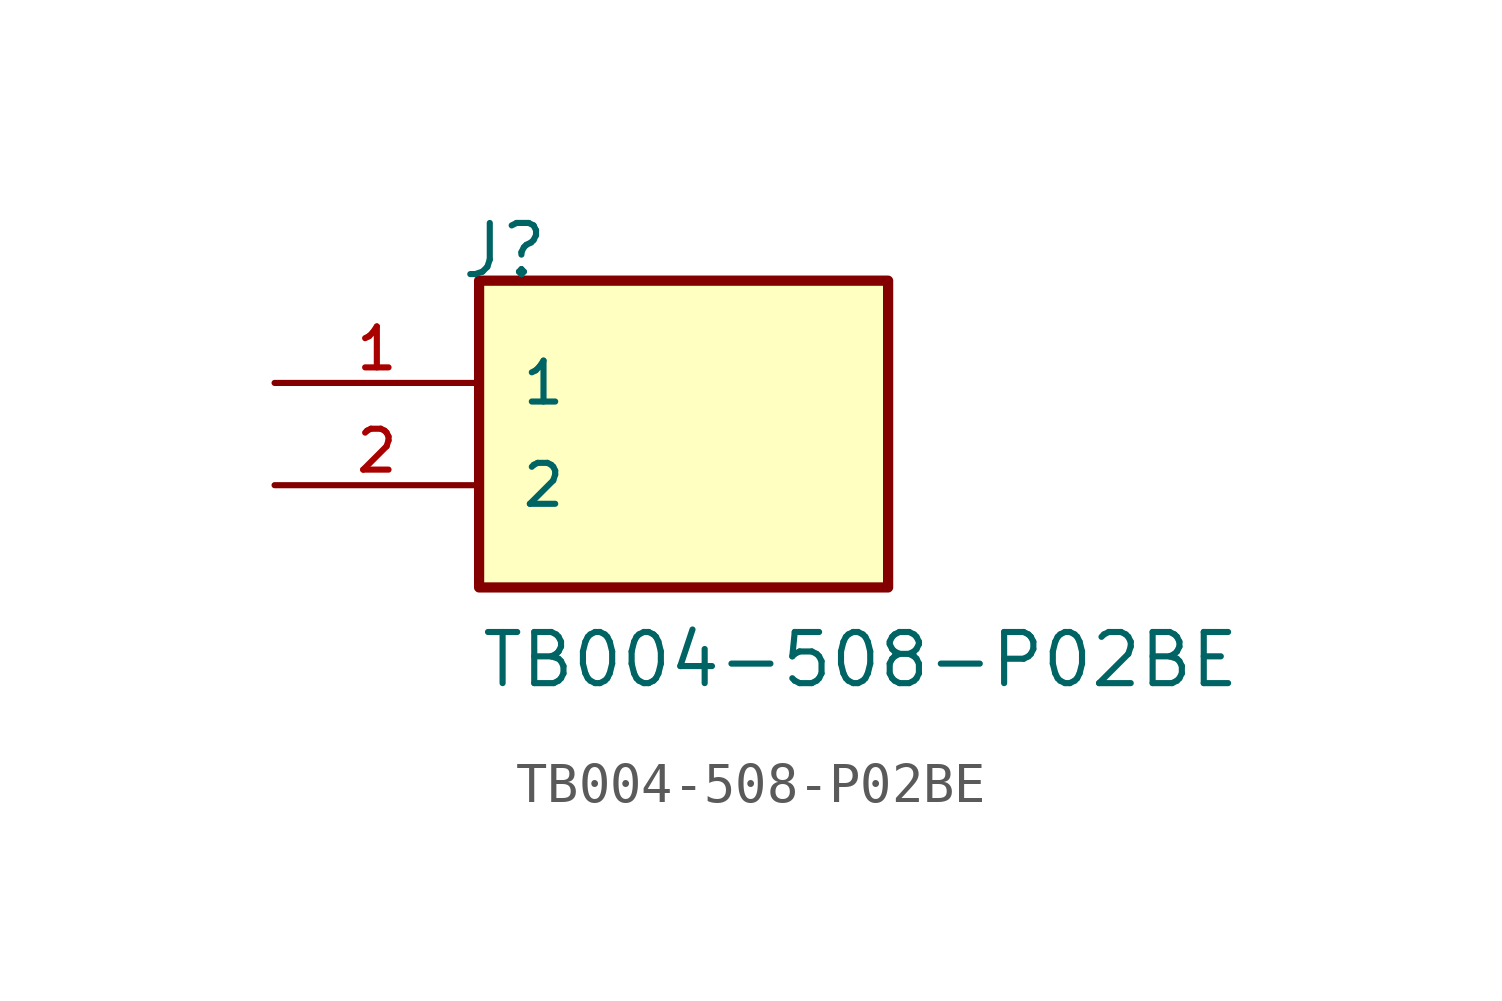
<source format=kicad_sym>
(kicad_symbol_lib
  (version 20211014)
  (generator kicad_symbol_editor)
  (symbol "TB004-508-P02BE"
    (pin_names
      (offset 1.016))
    (property "Reference" "J"
      (at -5.58 5.08 0)
      (effects (font (size 1.27 1.27)) (justify bottom left)))
    (property "Value" "TB004-508-P02BE"
      (at -5.08 -5.08 0)
      (effects (font (size 1.27 1.27)) (justify bottom left)))
    (symbol "TB004-508-P02BE_0_0"
      (rectangle (start -5.08 -2.54) (end 5.08 5.08) (stroke (width 0.254)) (fill (type background)))
      (pin passive line (at -10.16 2.54 0) (length 5.08) (name "1" (effects (font (size 1.016 1.016)))) (number "1" (effects (font (size 1.016 1.016)))))
      (pin passive line (at -10.16 0.0 0) (length 5.08) (name "2" (effects (font (size 1.016 1.016)))) (number "2" (effects (font (size 1.016 1.016))))))))
</source>
